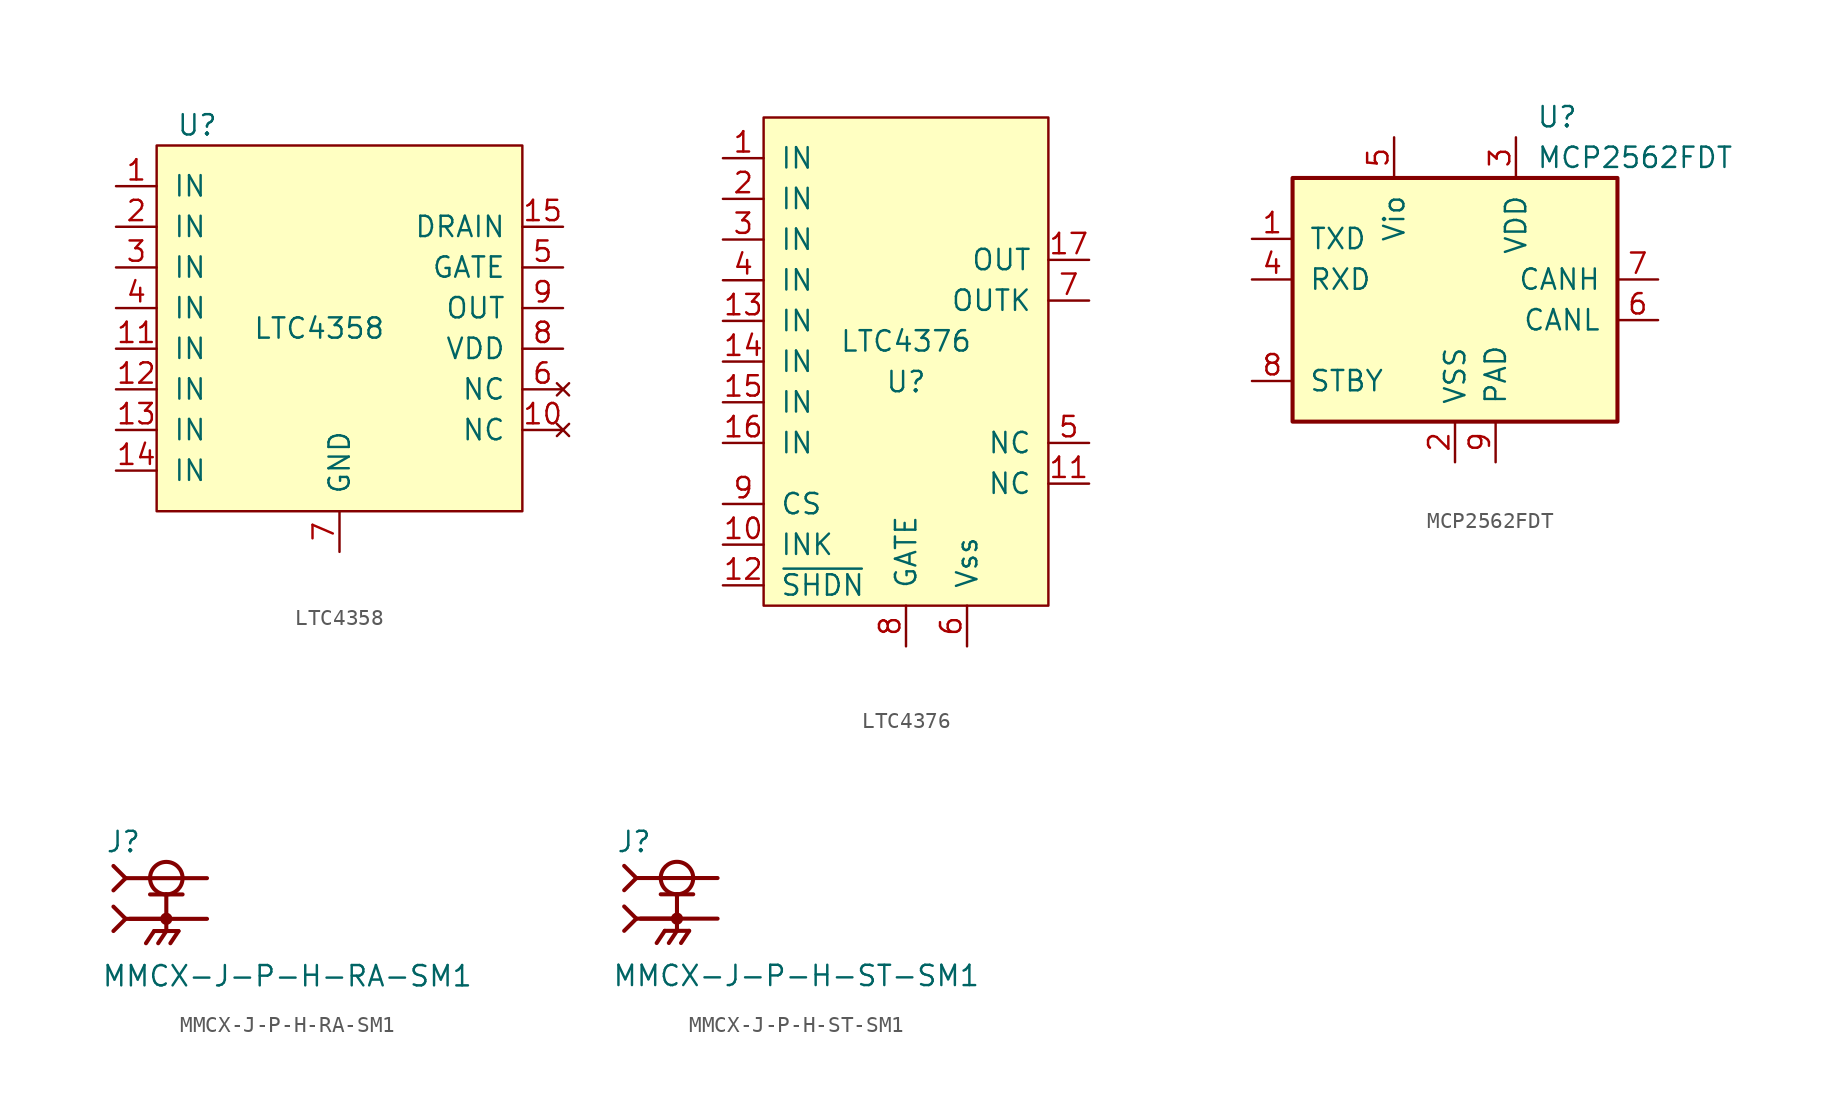
<source format=kicad_sym>
(kicad_symbol_lib
  (version 20220914)
  (generator kicad_symbol_editor)
  (symbol "LTC4358"
    (pin_names
      (offset 1.016))
    (property "Reference" "U"
      (at -8.89 12.7 0)
      (effects (font (size 1.27 1.27))))
    (property "Value" "LTC4358"
      (at -1.27 0 0)
      (effects (font (size 1.27 1.27))))
    (symbol "LTC4358_0_1"
      (rectangle (start 11.43 11.43) (end -11.43 -11.43) (stroke (width 0) (type default)) (fill (type background))))
    (symbol "LTC4358_1_1"
      (pin power_in line (at -13.97 8.89 0) (length 2.54) (name "IN" (effects (font (size 1.27 1.27)))) (number "1" (effects (font (size 1.27 1.27)))))
      (pin no_connect line (at 13.97 -6.35 180) (length 2.54) (name "NC" (effects (font (size 1.27 1.27)))) (number "10" (effects (font (size 1.27 1.27)))))
      (pin power_in line (at -13.97 -1.27 0) (length 2.54) (name "IN" (effects (font (size 1.27 1.27)))) (number "11" (effects (font (size 1.27 1.27)))))
      (pin output line (at -13.97 -3.81 0) (length 2.54) (name "IN" (effects (font (size 1.27 1.27)))) (number "12" (effects (font (size 1.27 1.27)))))
      (pin power_in line (at -13.97 -6.35 0) (length 2.54) (name "IN" (effects (font (size 1.27 1.27)))) (number "13" (effects (font (size 1.27 1.27)))))
      (pin power_in line (at -13.97 -8.89 0) (length 2.54) (name "IN" (effects (font (size 1.27 1.27)))) (number "14" (effects (font (size 1.27 1.27)))))
      (pin power_in line (at 13.97 6.35 180) (length 2.54) (name "DRAIN" (effects (font (size 1.27 1.27)))) (number "15" (effects (font (size 1.27 1.27)))))
      (pin power_in line (at -13.97 6.35 0) (length 2.54) (name "IN" (effects (font (size 1.27 1.27)))) (number "2" (effects (font (size 1.27 1.27)))))
      (pin power_in line (at -13.97 3.81 0) (length 2.54) (name "IN" (effects (font (size 1.27 1.27)))) (number "3" (effects (font (size 1.27 1.27)))))
      (pin power_in line (at -13.97 1.27 0) (length 2.54) (name "IN" (effects (font (size 1.27 1.27)))) (number "4" (effects (font (size 1.27 1.27)))))
      (pin output line (at 13.97 3.81 180) (length 2.54) (name "GATE" (effects (font (size 1.27 1.27)))) (number "5" (effects (font (size 1.27 1.27)))))
      (pin no_connect line (at 13.97 -3.81 180) (length 2.54) (name "NC" (effects (font (size 1.27 1.27)))) (number "6" (effects (font (size 1.27 1.27)))))
      (pin power_in line (at 0 -13.97 90) (length 2.54) (name "GND" (effects (font (size 1.27 1.27)))) (number "7" (effects (font (size 1.27 1.27)))))
      (pin input line (at 13.97 -1.27 180) (length 2.54) (name "VDD" (effects (font (size 1.27 1.27)))) (number "8" (effects (font (size 1.27 1.27)))))
      (pin input line (at 13.97 1.27 180) (length 2.54) (name "OUT" (effects (font (size 1.27 1.27)))) (number "9" (effects (font (size 1.27 1.27)))))))
  (symbol "LTC4376"
    (pin_names
      (offset 1.016))
    (property "Reference" "U"
      (at 0 -1.27 0)
      (effects (font (size 1.27 1.27))))
    (property "Value" "LTC4376"
      (at 0 1.27 0)
      (effects (font (size 1.27 1.27))))
    (symbol "LTC4376_0_1"
      (rectangle (start 8.89 15.24) (end -8.89 -15.24) (stroke (width 0) (type default)) (fill (type background))))
    (symbol "LTC4376_1_1"
      (pin input line (at -11.43 12.7 0) (length 2.54) (name "IN" (effects (font (size 1.27 1.27)))) (number "1" (effects (font (size 1.27 1.27)))))
      (pin input line (at -11.43 -11.43 0) (length 2.54) (name "INK" (effects (font (size 1.27 1.27)))) (number "10" (effects (font (size 1.27 1.27)))))
      (pin input line (at 11.43 -7.62 180) (length 2.54) (name "NC" (effects (font (size 1.27 1.27)))) (number "11" (effects (font (size 1.27 1.27)))))
      (pin input line (at -11.43 -13.97 0) (length 2.54) (name "~{SHDN}" (effects (font (size 1.27 1.27)))) (number "12" (effects (font (size 1.27 1.27)))))
      (pin input line (at -11.43 2.54 0) (length 2.54) (name "IN" (effects (font (size 1.27 1.27)))) (number "13" (effects (font (size 1.27 1.27)))))
      (pin input line (at -11.43 0 0) (length 2.54) (name "IN" (effects (font (size 1.27 1.27)))) (number "14" (effects (font (size 1.27 1.27)))))
      (pin input line (at -11.43 -2.54 0) (length 2.54) (name "IN" (effects (font (size 1.27 1.27)))) (number "15" (effects (font (size 1.27 1.27)))))
      (pin input line (at -11.43 -5.08 0) (length 2.54) (name "IN" (effects (font (size 1.27 1.27)))) (number "16" (effects (font (size 1.27 1.27)))))
      (pin input line (at 11.43 6.35 180) (length 2.54) (name "OUT" (effects (font (size 1.27 1.27)))) (number "17" (effects (font (size 1.27 1.27)))))
      (pin input line (at -11.43 10.16 0) (length 2.54) (name "IN" (effects (font (size 1.27 1.27)))) (number "2" (effects (font (size 1.27 1.27)))))
      (pin input line (at -11.43 7.62 0) (length 2.54) (name "IN" (effects (font (size 1.27 1.27)))) (number "3" (effects (font (size 1.27 1.27)))))
      (pin input line (at -11.43 5.08 0) (length 2.54) (name "IN" (effects (font (size 1.27 1.27)))) (number "4" (effects (font (size 1.27 1.27)))))
      (pin input line (at 11.43 -5.08 180) (length 2.54) (name "NC" (effects (font (size 1.27 1.27)))) (number "5" (effects (font (size 1.27 1.27)))))
      (pin input line (at 3.81 -17.78 90) (length 2.54) (name "Vss" (effects (font (size 1.27 1.27)))) (number "6" (effects (font (size 1.27 1.27)))))
      (pin input line (at 11.43 3.81 180) (length 2.54) (name "OUTK" (effects (font (size 1.27 1.27)))) (number "7" (effects (font (size 1.27 1.27)))))
      (pin input line (at 0 -17.78 90) (length 2.54) (name "GATE" (effects (font (size 1.27 1.27)))) (number "8" (effects (font (size 1.27 1.27)))))
      (pin input line (at -11.43 -8.89 0) (length 2.54) (name "CS" (effects (font (size 1.27 1.27)))) (number "9" (effects (font (size 1.27 1.27)))))))
  (symbol "MCP2562FDT"
    (pin_names
      (offset 1.016))
    (property "Reference" "U"
      (at 5.08 11.43 0)
      (effects (font (size 1.27 1.27)) (justify left)))
    (property "Value" "MCP2562FDT"
      (at 5.08 8.89 0)
      (effects (font (size 1.27 1.27)) (justify left)))
    (symbol "MCP2562FDT_0_1"
      (rectangle (start -10.16 7.62) (end 10.16 -7.62) (stroke (width 0.254) (type default)) (fill (type background))))
    (symbol "MCP2562FDT_1_1"
      (pin input line (at -12.7 3.81 0) (length 2.54) (name "TXD" (effects (font (size 1.27 1.27)))) (number "1" (effects (font (size 1.27 1.27)))))
      (pin power_in line (at 0 -10.16 90) (length 2.54) (name "VSS" (effects (font (size 1.27 1.27)))) (number "2" (effects (font (size 1.27 1.27)))))
      (pin power_in line (at 3.81 10.16 270) (length 2.54) (name "VDD" (effects (font (size 1.27 1.27)))) (number "3" (effects (font (size 1.27 1.27)))))
      (pin output line (at -12.7 1.27 0) (length 2.54) (name "RXD" (effects (font (size 1.27 1.27)))) (number "4" (effects (font (size 1.27 1.27)))))
      (pin power_in line (at -3.81 10.16 270) (length 2.54) (name "Vio" (effects (font (size 1.27 1.27)))) (number "5" (effects (font (size 1.27 1.27)))))
      (pin bidirectional line (at 12.7 -1.27 180) (length 2.54) (name "CANL" (effects (font (size 1.27 1.27)))) (number "6" (effects (font (size 1.27 1.27)))))
      (pin bidirectional line (at 12.7 1.27 180) (length 2.54) (name "CANH" (effects (font (size 1.27 1.27)))) (number "7" (effects (font (size 1.27 1.27)))))
      (pin input line (at -12.7 -5.08 0) (length 2.54) (name "STBY" (effects (font (size 1.27 1.27)))) (number "8" (effects (font (size 1.27 1.27)))))
      (pin power_in line (at 2.54 -10.16 90) (length 2.54) (name "PAD" (effects (font (size 1.27 1.27)))) (number "9" (effects (font (size 1.27 1.27)))))))
  (symbol "MMCX-J-P-H-RA-SM1"
    (pin_numbers hide)
    (pin_names
      (offset 1.016) hide)
    (property "Reference" "J"
      (at -3.81 4.064 0)
      (effects (font (size 1.27 1.27)) (justify left bottom)))
    (property "Value" "MMCX-J-P-H-RA-SM1"
      (at -4.064 -4.318 0)
      (effects (font (size 1.27 1.27)) (justify left bottom)))
    (property "ki_locked" ""
      (at 0 0 0)
      (effects (font (size 1.27 1.27))))
    (symbol "MMCX-J-P-H-RA-SM1_0_0"
      (polyline (pts (xy -3.302 -0.762) (xy -2.54 0)) (stroke (width 0.254) (type default)) (fill (type none)))
      (polyline (pts (xy -3.302 0.762) (xy -2.54 0)) (stroke (width 0.254) (type default)) (fill (type none)))
      (polyline (pts (xy -3.302 1.778) (xy -2.54 2.54)) (stroke (width 0.254) (type default)) (fill (type none)))
      (polyline (pts (xy -3.302 3.302) (xy -2.54 2.54)) (stroke (width 0.254) (type default)) (fill (type none)))
      (polyline (pts (xy -2.54 0) (xy 0 0)) (stroke (width 0.254) (type default)) (fill (type none)))
      (polyline (pts (xy -2.54 2.54) (xy 2.54 2.54)) (stroke (width 0.254) (type default)) (fill (type none)))
      (polyline (pts (xy -1.016 1.524) (xy 0 1.524)) (stroke (width 0.254) (type default)) (fill (type none)))
      (polyline (pts (xy -0.762 -0.762) (xy -1.27 -1.524)) (stroke (width 0.254) (type default)) (fill (type none)))
      (polyline (pts (xy 0 -0.762) (xy -0.762 -0.762)) (stroke (width 0.254) (type default)) (fill (type none)))
      (polyline (pts (xy 0 -0.762) (xy -0.508 -1.524)) (stroke (width 0.254) (type default)) (fill (type none)))
      (polyline (pts (xy 0 -0.762) (xy 0.762 -0.762)) (stroke (width 0.254) (type default)) (fill (type none)))
      (polyline (pts (xy 0 0) (xy -2.286 0)) (stroke (width 0.254) (type default)) (fill (type none)))
      (polyline (pts (xy 0 0) (xy 0 -0.762)) (stroke (width 0.254) (type default)) (fill (type none)))
      (polyline (pts (xy 0 1.524) (xy 0 0)) (stroke (width 0.254) (type default)) (fill (type none)))
      (polyline (pts (xy 0 1.524) (xy 1.016 1.524)) (stroke (width 0.254) (type default)) (fill (type none)))
      (polyline (pts (xy 0.762 -0.762) (xy 0.254 -1.524)) (stroke (width 0.254) (type default)) (fill (type none)))
      (polyline (pts (xy 2.54 0) (xy 0 0)) (stroke (width 0.254) (type default)) (fill (type none)))
      (circle (center 0 0) (radius 0.254) (stroke (width 0.254) (type default)) (fill (type none)))
      (circle (center 0 2.54) (radius 1.016) (stroke (width 0.254) (type default)) (fill (type none)))
      (pin passive line (at 2.54 2.54 180) (length 5.08) (name "~" (effects (font (size 1.016 1.016)))) (number "1" (effects (font (size 1.016 1.016)))))
      (pin passive line (at 2.54 0 180) (length 5.08) (name "~" (effects (font (size 1.016 1.016)))) (number "S1" (effects (font (size 1.016 1.016)))))
      (pin passive line (at 2.54 0 180) (length 5.08) (name "~" (effects (font (size 1.016 1.016)))) (number "S2" (effects (font (size 1.016 1.016)))))
      (pin passive line (at 2.54 0 180) (length 5.08) (name "~" (effects (font (size 1.016 1.016)))) (number "S3" (effects (font (size 1.016 1.016)))))
      (pin passive line (at 2.54 0 180) (length 5.08) (name "~" (effects (font (size 1.016 1.016)))) (number "S4" (effects (font (size 1.016 1.016)))))))
  (symbol "MMCX-J-P-H-ST-SM1"
    (pin_numbers hide)
    (pin_names
      (offset 1.016) hide)
    (property "Reference" "J"
      (at -3.81 4.064 0)
      (effects (font (size 1.27 1.27)) (justify left bottom)))
    (property "Value" "MMCX-J-P-H-ST-SM1"
      (at -4.064 -4.318 0)
      (effects (font (size 1.27 1.27)) (justify left bottom)))
    (property "ki_locked" ""
      (at 0 0 0)
      (effects (font (size 1.27 1.27))))
    (symbol "MMCX-J-P-H-ST-SM1_0_0"
      (polyline (pts (xy -3.302 -0.762) (xy -2.54 0)) (stroke (width 0.254) (type default)) (fill (type none)))
      (polyline (pts (xy -3.302 0.762) (xy -2.54 0)) (stroke (width 0.254) (type default)) (fill (type none)))
      (polyline (pts (xy -3.302 1.778) (xy -2.54 2.54)) (stroke (width 0.254) (type default)) (fill (type none)))
      (polyline (pts (xy -3.302 3.302) (xy -2.54 2.54)) (stroke (width 0.254) (type default)) (fill (type none)))
      (polyline (pts (xy -2.54 0) (xy 0 0)) (stroke (width 0.254) (type default)) (fill (type none)))
      (polyline (pts (xy -2.54 2.54) (xy 2.54 2.54)) (stroke (width 0.254) (type default)) (fill (type none)))
      (polyline (pts (xy -1.016 1.524) (xy 0 1.524)) (stroke (width 0.254) (type default)) (fill (type none)))
      (polyline (pts (xy -0.762 -0.762) (xy -1.27 -1.524)) (stroke (width 0.254) (type default)) (fill (type none)))
      (polyline (pts (xy 0 -0.762) (xy -0.762 -0.762)) (stroke (width 0.254) (type default)) (fill (type none)))
      (polyline (pts (xy 0 -0.762) (xy -0.508 -1.524)) (stroke (width 0.254) (type default)) (fill (type none)))
      (polyline (pts (xy 0 -0.762) (xy 0.762 -0.762)) (stroke (width 0.254) (type default)) (fill (type none)))
      (polyline (pts (xy 0 0) (xy -2.286 0)) (stroke (width 0.254) (type default)) (fill (type none)))
      (polyline (pts (xy 0 0) (xy 0 -0.762)) (stroke (width 0.254) (type default)) (fill (type none)))
      (polyline (pts (xy 0 1.524) (xy 0 0)) (stroke (width 0.254) (type default)) (fill (type none)))
      (polyline (pts (xy 0 1.524) (xy 1.016 1.524)) (stroke (width 0.254) (type default)) (fill (type none)))
      (polyline (pts (xy 0.762 -0.762) (xy 0.254 -1.524)) (stroke (width 0.254) (type default)) (fill (type none)))
      (polyline (pts (xy 2.54 0) (xy 0 0)) (stroke (width 0.254) (type default)) (fill (type none)))
      (circle (center 0 0) (radius 0.254) (stroke (width 0.254) (type default)) (fill (type none)))
      (circle (center 0 2.54) (radius 1.016) (stroke (width 0.254) (type default)) (fill (type none)))
      (pin passive line (at 2.54 2.54 180) (length 5.08) (name "~" (effects (font (size 1.016 1.016)))) (number "1" (effects (font (size 1.016 1.016)))))
      (pin passive line (at 2.54 0 180) (length 5.08) (name "~" (effects (font (size 1.016 1.016)))) (number "S1" (effects (font (size 1.016 1.016)))))
      (pin passive line (at 2.54 0 180) (length 5.08) (name "~" (effects (font (size 1.016 1.016)))) (number "S2" (effects (font (size 1.016 1.016)))))
      (pin passive line (at 2.54 0 180) (length 5.08) (name "~" (effects (font (size 1.016 1.016)))) (number "S3" (effects (font (size 1.016 1.016)))))
      (pin passive line (at 2.54 0 180) (length 5.08) (name "~" (effects (font (size 1.016 1.016)))) (number "S4" (effects (font (size 1.016 1.016))))))))
</source>
